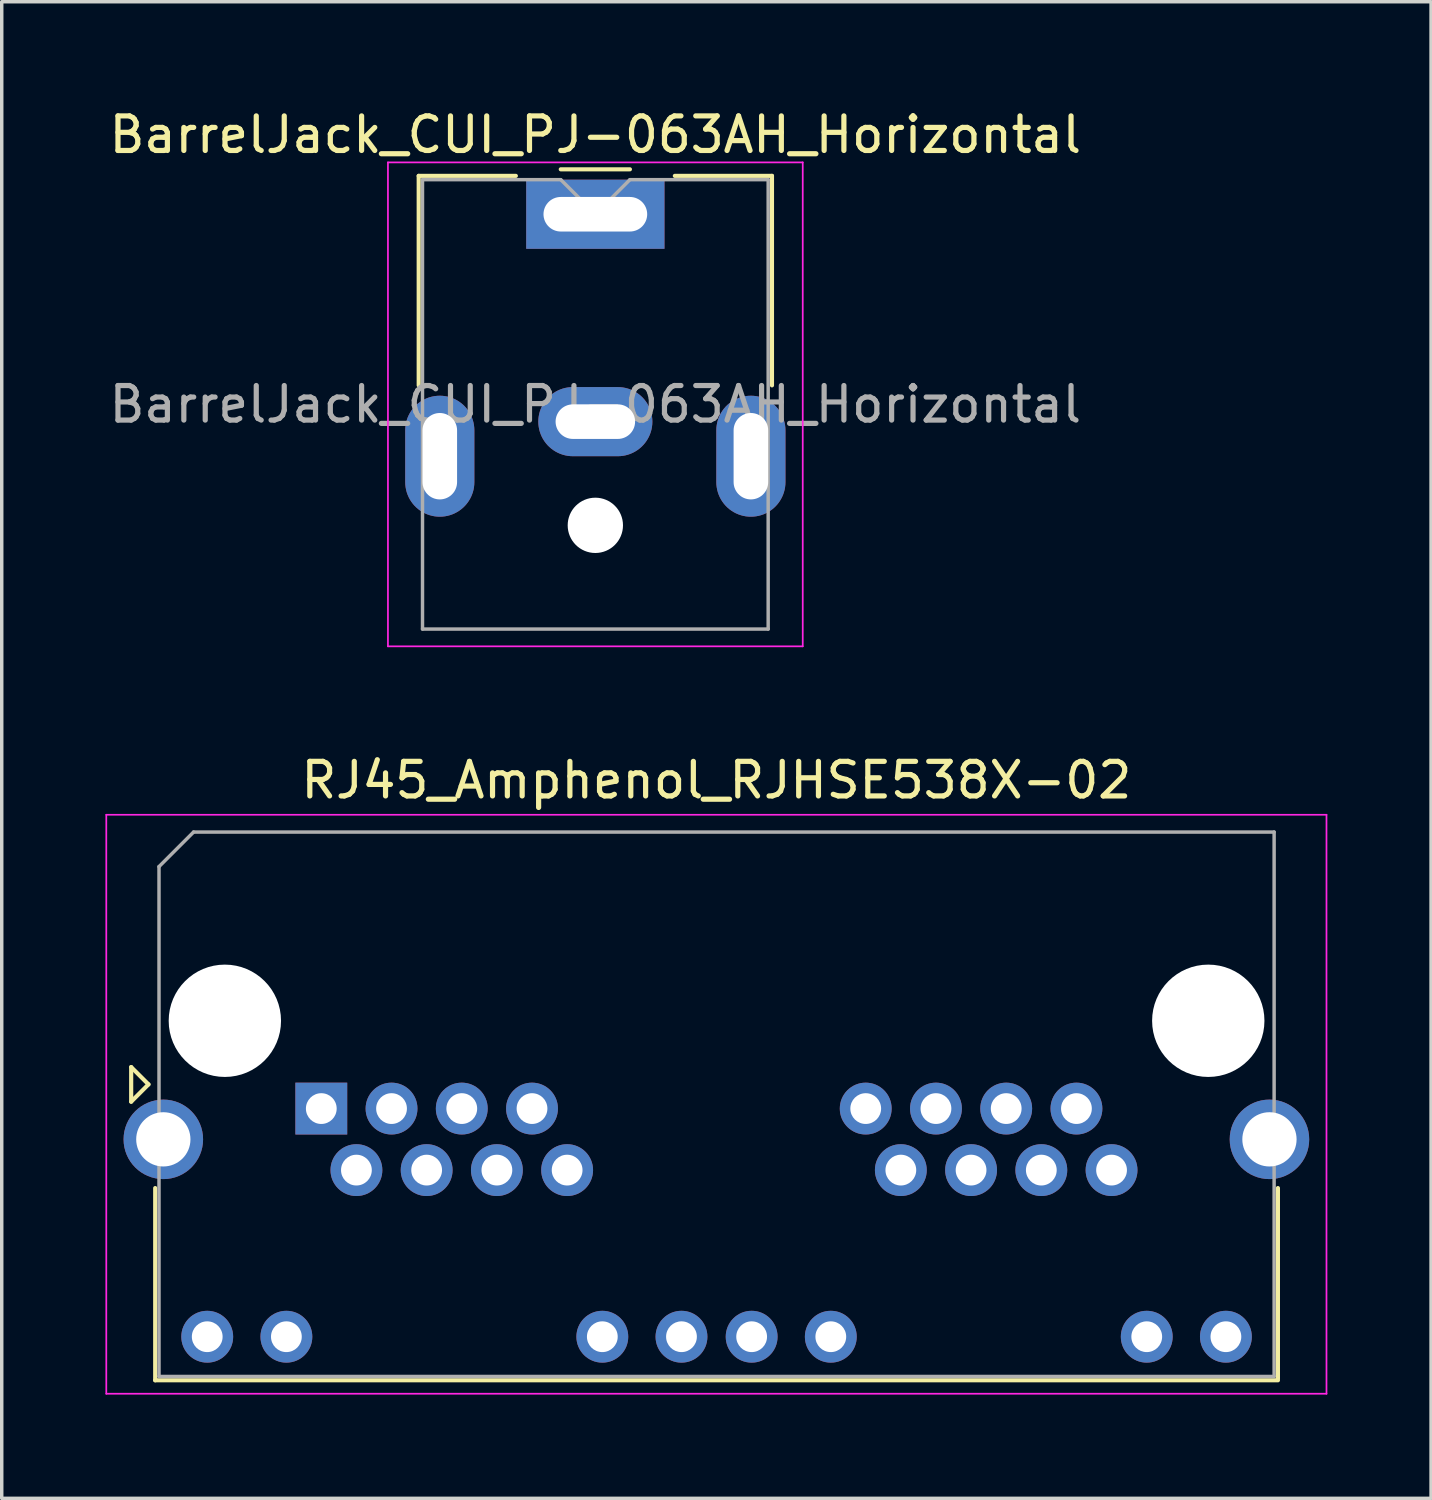
<source format=kicad_pcb>
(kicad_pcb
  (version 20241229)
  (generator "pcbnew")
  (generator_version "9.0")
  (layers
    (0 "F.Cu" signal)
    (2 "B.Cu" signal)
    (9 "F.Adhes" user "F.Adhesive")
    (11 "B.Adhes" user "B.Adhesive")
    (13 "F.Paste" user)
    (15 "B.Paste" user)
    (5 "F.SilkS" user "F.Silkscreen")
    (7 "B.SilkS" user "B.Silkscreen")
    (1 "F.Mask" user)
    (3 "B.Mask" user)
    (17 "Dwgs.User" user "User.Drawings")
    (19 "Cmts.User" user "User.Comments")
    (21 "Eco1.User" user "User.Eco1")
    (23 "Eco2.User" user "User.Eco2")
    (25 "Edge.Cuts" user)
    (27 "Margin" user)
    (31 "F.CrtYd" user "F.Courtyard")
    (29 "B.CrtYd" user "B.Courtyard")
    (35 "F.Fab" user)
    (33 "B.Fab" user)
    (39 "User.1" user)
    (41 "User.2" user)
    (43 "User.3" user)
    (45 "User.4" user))
  (footprint "RJ45_Amphenol_RJHSE538X-02"
    (layer "F.Cu")
    (at 6.245 29.021)
    (property "Reference" "RJ45_Amphenol_RJHSE538X-02" (at 11.43 -9.5 0) (layer "F.SilkS") (effects (font (size 1 1) (thickness 0.15))))
    (attr through_hole)
    (fp_line (start -5.5 -1.2) (end -5 -0.7) (stroke (width 0.12) (type solid)) (layer "F.SilkS"))
    (fp_line (start -5.5 -0.2) (end -5.5 -1.2) (stroke (width 0.12) (type solid)) (layer "F.SilkS"))
    (fp_line (start -5 -0.7) (end -5.5 -0.2) (stroke (width 0.12) (type solid)) (layer "F.SilkS"))
    (fp_line (start -4.805 7.86) (end -4.805 2.3) (stroke (width 0.12) (type solid)) (layer "F.SilkS"))
    (fp_line (start -4.805 7.86) (end 27.675 7.86) (stroke (width 0.12) (type solid)) (layer "F.SilkS"))
    (fp_line (start 27.675 7.815) (end 27.675 2.3) (stroke (width 0.12) (type solid)) (layer "F.SilkS"))
    (fp_line (start -6.22 -8.5) (end -6.22 8.25) (stroke (width 0.05) (type solid)) (layer "F.CrtYd"))
    (fp_line (start -6.22 -8.5) (end 29.08 -8.5) (stroke (width 0.05) (type solid)) (layer "F.CrtYd"))
    (fp_line (start -6.22 8.25) (end 29.08 8.25) (stroke (width 0.05) (type solid)) (layer "F.CrtYd"))
    (fp_line (start 29.08 -8.5) (end 29.08 8.25) (stroke (width 0.05) (type solid)) (layer "F.CrtYd"))
    (fp_line (start -4.695 -7) (end -4.695 7.75) (stroke (width 0.1) (type solid)) (layer "F.Fab"))
    (fp_line (start -4.695 -7) (end -3.695 -8) (stroke (width 0.1) (type solid)) (layer "F.Fab"))
    (fp_line (start -4.695 7.75) (end 27.565 7.75) (stroke (width 0.1) (type solid)) (layer "F.Fab"))
    (fp_line (start -3.695 -8) (end 27.565 -8) (stroke (width 0.1) (type solid)) (layer "F.Fab"))
    (fp_line (start 27.565 -8) (end 27.565 7.75) (stroke (width 0.1) (type solid)) (layer "F.Fab"))
    (pad "" np_thru_hole circle (at -2.79 -2.54) (size 3.25 3.25) (drill 3.25) (layers "*.Cu" "*.Mask"))
    (pad "" np_thru_hole circle (at 25.66 -2.54) (size 3.25 3.25) (drill 3.25) (layers "*.Cu" "*.Mask"))
    (pad "1" thru_hole rect (at 0 0) (size 1.5 1.5) (drill 0.89) (layers "*.Cu" "*.Mask"))
    (pad "2" thru_hole circle (at 1.016 1.78) (size 1.5 1.5) (drill 0.89) (layers "*.Cu" "*.Mask"))
    (pad "3" thru_hole circle (at 2.032 0) (size 1.5 1.5) (drill 0.89) (layers "*.Cu" "*.Mask"))
    (pad "4" thru_hole circle (at 3.048 1.78) (size 1.5 1.5) (drill 0.89) (layers "*.Cu" "*.Mask"))
    (pad "5" thru_hole circle (at 4.064 0) (size 1.5 1.5) (drill 0.89) (layers "*.Cu" "*.Mask"))
    (pad "6" thru_hole circle (at 5.08 1.78) (size 1.5 1.5) (drill 0.89) (layers "*.Cu" "*.Mask"))
    (pad "7" thru_hole circle (at 6.096 0) (size 1.5 1.5) (drill 0.89) (layers "*.Cu" "*.Mask"))
    (pad "8" thru_hole circle (at 7.112 1.78) (size 1.5 1.5) (drill 0.89) (layers "*.Cu" "*.Mask"))
    (pad "9" thru_hole circle (at -3.3 6.6) (size 1.5 1.5) (drill 0.89) (layers "*.Cu" "*.Mask"))
    (pad "10" thru_hole circle (at -1.01 6.6) (size 1.5 1.5) (drill 0.89) (layers "*.Cu" "*.Mask"))
    (pad "11" thru_hole circle (at 8.13 6.6) (size 1.5 1.5) (drill 0.89) (layers "*.Cu" "*.Mask"))
    (pad "12" thru_hole circle (at 10.42 6.6) (size 1.5 1.5) (drill 0.89) (layers "*.Cu" "*.Mask"))
    (pad "13" thru_hole circle (at 15.75 0) (size 1.5 1.5) (drill 0.89) (layers "*.Cu" "*.Mask"))
    (pad "14" thru_hole circle (at 16.766 1.78) (size 1.5 1.5) (drill 0.89) (layers "*.Cu" "*.Mask"))
    (pad "15" thru_hole circle (at 17.782 0) (size 1.5 1.5) (drill 0.89) (layers "*.Cu" "*.Mask"))
    (pad "16" thru_hole circle (at 18.798 1.78) (size 1.5 1.5) (drill 0.89) (layers "*.Cu" "*.Mask"))
    (pad "17" thru_hole circle (at 19.814 0) (size 1.5 1.5) (drill 0.89) (layers "*.Cu" "*.Mask"))
    (pad "18" thru_hole circle (at 20.83 1.78) (size 1.5 1.5) (drill 0.89) (layers "*.Cu" "*.Mask"))
    (pad "19" thru_hole circle (at 21.846 0) (size 1.5 1.5) (drill 0.89) (layers "*.Cu" "*.Mask"))
    (pad "20" thru_hole circle (at 22.862 1.78) (size 1.5 1.5) (drill 0.89) (layers "*.Cu" "*.Mask"))
    (pad "21" thru_hole circle (at 12.45 6.6) (size 1.5 1.5) (drill 0.89) (layers "*.Cu" "*.Mask"))
    (pad "22" thru_hole circle (at 14.74 6.6) (size 1.5 1.5) (drill 0.89) (layers "*.Cu" "*.Mask"))
    (pad "23" thru_hole circle (at 23.88 6.6) (size 1.5 1.5) (drill 0.89) (layers "*.Cu" "*.Mask"))
    (pad "24" thru_hole circle (at 26.17 6.6) (size 1.5 1.5) (drill 0.89) (layers "*.Cu" "*.Mask"))
    (pad "SH" thru_hole circle (at -4.57 0.89) (size 2.3 2.3) (drill 1.57) (layers "*.Cu" "*.Mask"))
    (pad "SH" thru_hole circle (at 27.43 0.89) (size 2.3 2.3) (drill 1.57) (layers "*.Cu" "*.Mask")))
  (footprint "BarrelJack_CUI_PJ-063AH_Horizontal"
    (layer "F.Cu")
    (at 14.173 3.148)
    (property "Reference" "BarrelJack_CUI_PJ-063AH_Horizontal" (at 0 -2.3 180) (layer "F.SilkS") (effects (font (size 1 1) (thickness 0.15))))
    (attr through_hole)
    (fp_line (start -5.11 -1.11) (end -2.3 -1.11) (stroke (width 0.12) (type solid)) (layer "F.SilkS"))
    (fp_line (start -5.11 4.95) (end -5.11 -1.11) (stroke (width 0.12) (type solid)) (layer "F.SilkS"))
    (fp_line (start -1 -1.3) (end 1 -1.3) (stroke (width 0.12) (type solid)) (layer "F.SilkS"))
    (fp_line (start 2.3 -1.11) (end 5.11 -1.11) (stroke (width 0.12) (type solid)) (layer "F.SilkS"))
    (fp_line (start 5.11 -1.11) (end 5.11 4.95) (stroke (width 0.12) (type solid)) (layer "F.SilkS"))
    (fp_line (start -6 -1.5) (end -6 12.5) (stroke (width 0.05) (type solid)) (layer "F.CrtYd"))
    (fp_line (start -6 12.5) (end 6 12.5) (stroke (width 0.05) (type solid)) (layer "F.CrtYd"))
    (fp_line (start 6 -1.5) (end -6 -1.5) (stroke (width 0.05) (type solid)) (layer "F.CrtYd"))
    (fp_line (start 6 12.5) (end 6 -1.5) (stroke (width 0.05) (type solid)) (layer "F.CrtYd"))
    (fp_line (start -5 -1) (end -1 -1) (stroke (width 0.1) (type solid)) (layer "F.Fab"))
    (fp_line (start -5 12) (end -5 -1) (stroke (width 0.1) (type solid)) (layer "F.Fab"))
    (fp_line (start -1 -1) (end 0 0) (stroke (width 0.1) (type solid)) (layer "F.Fab"))
    (fp_line (start 0 0) (end 1 -1) (stroke (width 0.1) (type solid)) (layer "F.Fab"))
    (fp_line (start 1 -1) (end 5 -1) (stroke (width 0.1) (type solid)) (layer "F.Fab"))
    (fp_line (start 5 -1) (end 5 12) (stroke (width 0.1) (type solid)) (layer "F.Fab"))
    (fp_line (start 5 12) (end -5 12) (stroke (width 0.1) (type solid)) (layer "F.Fab"))
    (fp_text user "${REFERENCE}" (at 0 5.5 180) (layer "F.Fab") (effects (font (size 1 1) (thickness 0.15))))
    (pad "" np_thru_hole circle (at 0 9) (size 1.6 1.6) (drill 1.6) (layers "*.Cu" "*.Mask"))
    (pad "1" thru_hole rect (at 0 0) (size 4 2) (drill oval 3 1) (layers "*.Cu" "*.Mask"))
    (pad "2" thru_hole oval (at 0 6) (size 3.3 2) (drill oval 2.3 1) (layers "*.Cu" "*.Mask"))
    (pad "MP" thru_hole oval (at -4.5 7) (size 2 3.5) (drill oval 1 2.5) (layers "*.Cu" "*.Mask"))
    (pad "MP" thru_hole oval (at 4.5 7) (size 2 3.5) (drill oval 1 2.5) (layers "*.Cu" "*.Mask")))
  (gr_rect
    (start -3 -3)
    (end 38.35 40.297)
    (stroke (width 0.1) (type default))
    (fill no)
    (layer "Edge.Cuts")))
</source>
